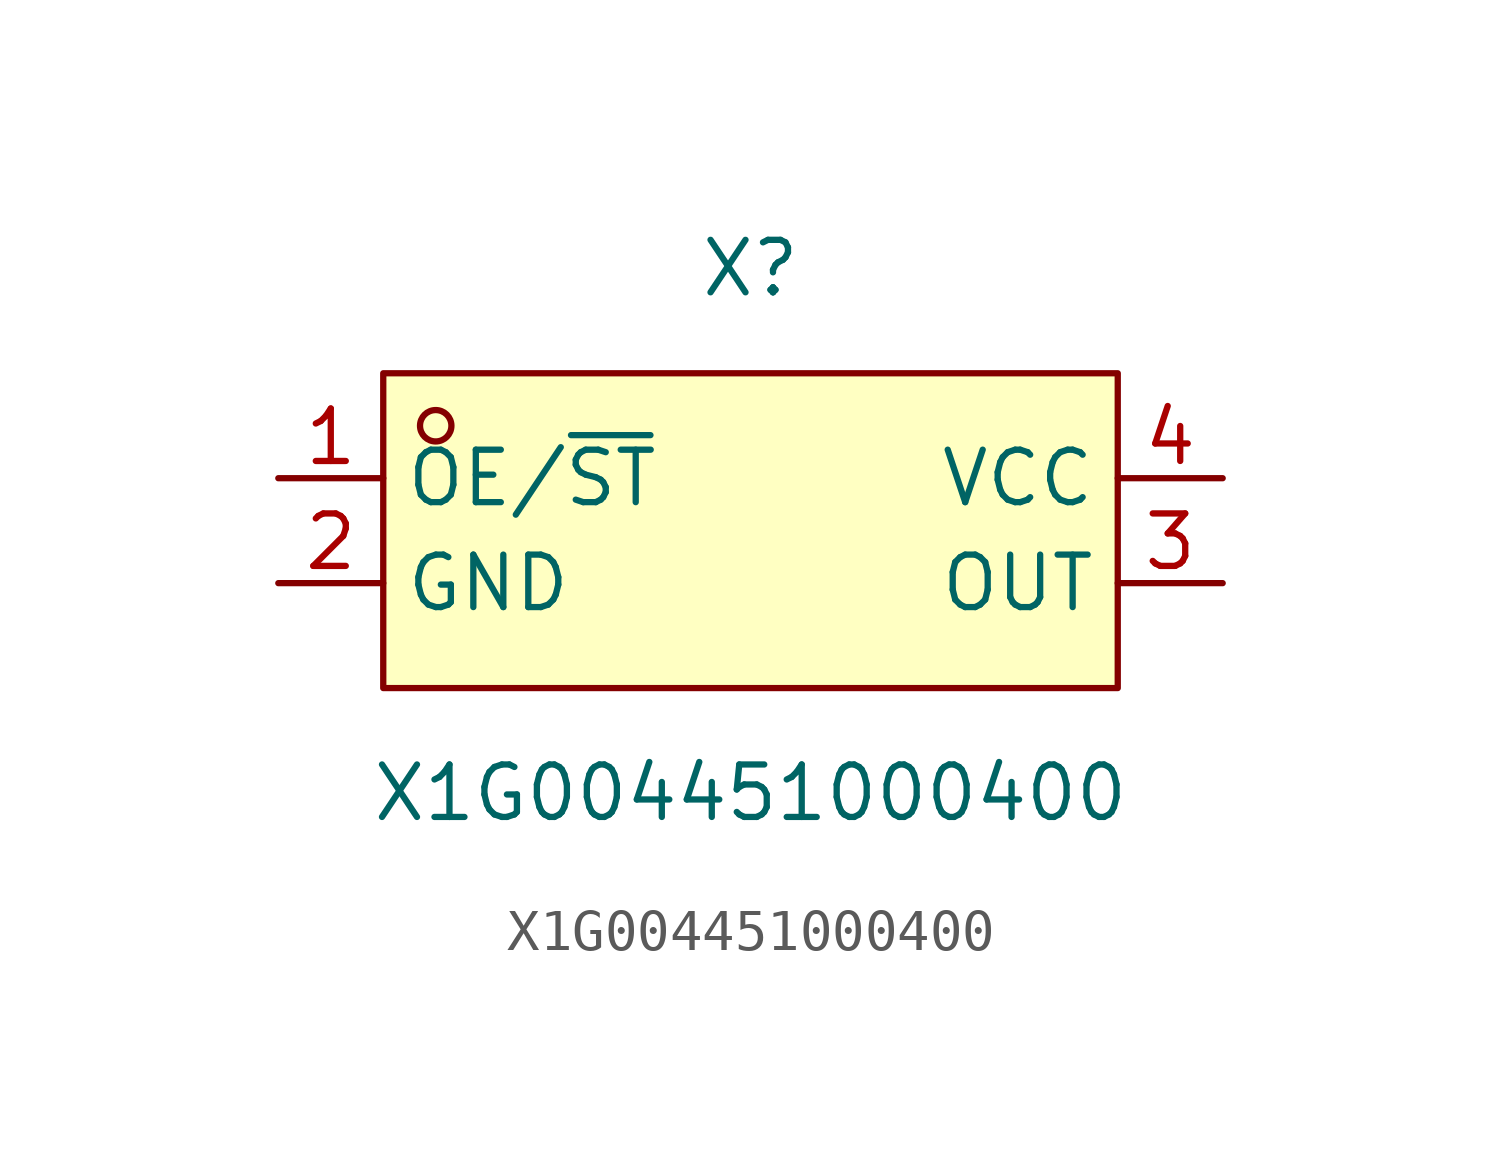
<source format=kicad_sym>
(kicad_symbol_lib
  (version 20211014)
  (generator https://github.com/uPesy/easyeda2kicad.py)
  (symbol "X1G004451000400"
    (property "Reference" "X"
      (at 0 6.35 0)
      (effects (font (size 1.27 1.27))))
    (property "Value" "X1G004451000400"
      (at 0 -6.35 0)
      (effects (font (size 1.27 1.27))))
    (symbol "X1G004451000400_0_1"
      (rectangle (start -8.89 3.81) (end 8.89 -3.81) (stroke (width 0) (type default) (color 0 0 0 0)) (fill (type background)))
      (circle (center -7.62 2.54) (radius 0.38) (stroke (width 0) (type default) (color 0 0 0 0)) (fill (type none)))
      (pin unspecified line (at -11.43 1.27 0) (length 2.54) (name "OE/~{ST}" (effects (font (size 1.27 1.27)))) (number "1" (effects (font (size 1.27 1.27)))))
      (pin unspecified line (at -11.43 -1.27 0) (length 2.54) (name "GND" (effects (font (size 1.27 1.27)))) (number "2" (effects (font (size 1.27 1.27)))))
      (pin unspecified line (at 11.43 -1.27 180) (length 2.54) (name "OUT" (effects (font (size 1.27 1.27)))) (number "3" (effects (font (size 1.27 1.27)))))
      (pin unspecified line (at 11.43 1.27 180) (length 2.54) (name "VCC" (effects (font (size 1.27 1.27)))) (number "4" (effects (font (size 1.27 1.27))))))))
</source>
